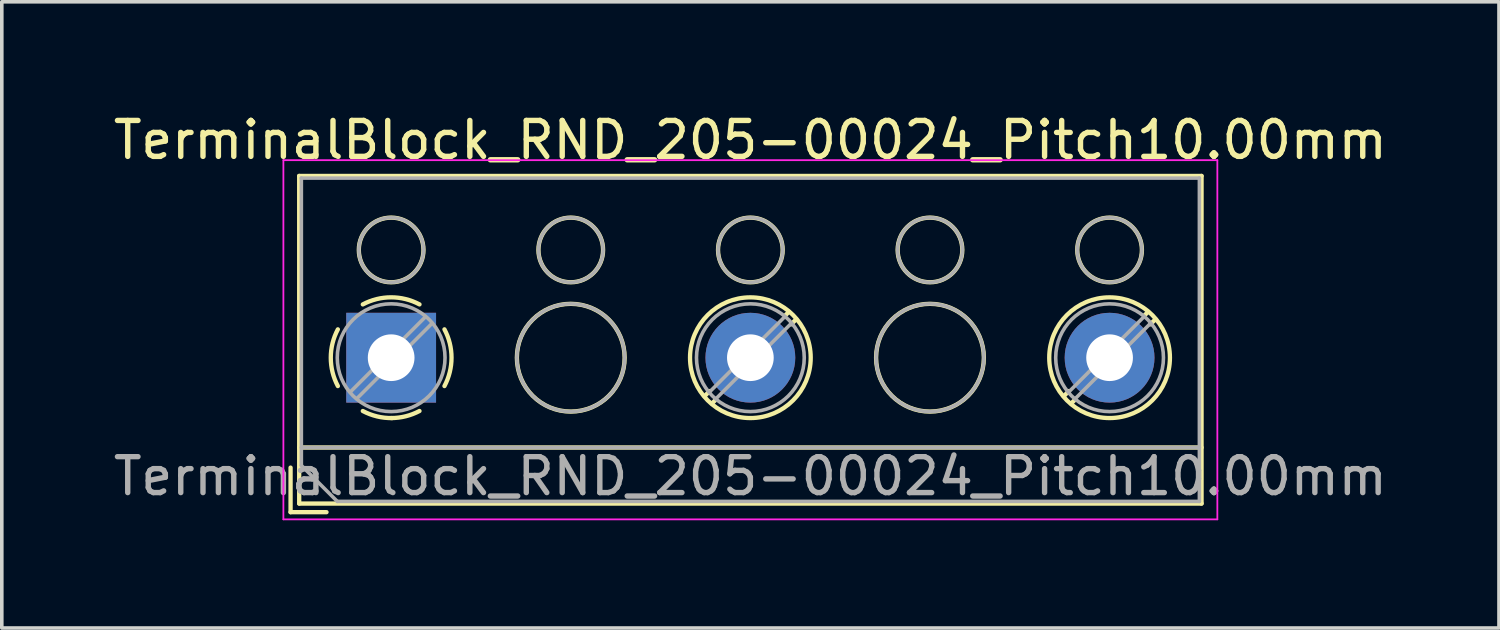
<source format=kicad_pcb>
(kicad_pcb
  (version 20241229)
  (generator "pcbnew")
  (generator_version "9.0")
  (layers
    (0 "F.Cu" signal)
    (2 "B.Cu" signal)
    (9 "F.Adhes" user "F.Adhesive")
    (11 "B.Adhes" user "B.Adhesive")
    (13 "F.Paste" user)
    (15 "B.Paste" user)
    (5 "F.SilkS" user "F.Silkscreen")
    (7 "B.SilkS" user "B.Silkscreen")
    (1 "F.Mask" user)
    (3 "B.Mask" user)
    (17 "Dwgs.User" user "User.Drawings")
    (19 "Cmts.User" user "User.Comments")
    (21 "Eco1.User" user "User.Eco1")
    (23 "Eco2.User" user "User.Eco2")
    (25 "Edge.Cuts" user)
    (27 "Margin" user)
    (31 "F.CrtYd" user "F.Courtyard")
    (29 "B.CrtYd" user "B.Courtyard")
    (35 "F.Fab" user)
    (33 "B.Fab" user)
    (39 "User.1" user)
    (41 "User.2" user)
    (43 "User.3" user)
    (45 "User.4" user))
  (footprint "TerminalBlock_RND_205-00024_Pitch10.00mm"
    (layer "F.Cu")
    (at 7.839 6.908)
    (property "Reference" "TerminalBlock_RND_205-00024_Pitch10.00mm" (at 10 -6.06 0) (layer "F.SilkS") (effects (font (size 1 1) (thickness 0.15))))
    (attr through_hole)
    (fp_line (start -2.8 3.06) (end -2.8 4.3) (stroke (width 0.12) (type solid)) (layer "F.SilkS"))
    (fp_line (start -2.8 4.3) (end -1.8 4.3) (stroke (width 0.12) (type solid)) (layer "F.SilkS"))
    (fp_line (start -2.56 -5.06) (end -2.56 4.06) (stroke (width 0.12) (type solid)) (layer "F.SilkS"))
    (fp_line (start -2.56 2.5) (end 22.56 2.5) (stroke (width 0.12) (type solid)) (layer "F.SilkS"))
    (fp_line (start -2.56 4.06) (end 22.56 4.06) (stroke (width 0.12) (type solid)) (layer "F.SilkS"))
    (fp_line (start 8.867 0.929) (end 8.726 1.069) (stroke (width 0.12) (type solid)) (layer "F.SilkS"))
    (fp_line (start 9.037 1.169) (end 8.931 1.274) (stroke (width 0.12) (type solid)) (layer "F.SilkS"))
    (fp_line (start 11.07 -1.275) (end 10.964 -1.169) (stroke (width 0.12) (type solid)) (layer "F.SilkS"))
    (fp_line (start 11.275 -1.069) (end 11.134 -0.929) (stroke (width 0.12) (type solid)) (layer "F.SilkS"))
    (fp_line (start 18.867 0.929) (end 18.726 1.069) (stroke (width 0.12) (type solid)) (layer "F.SilkS"))
    (fp_line (start 19.037 1.169) (end 18.931 1.274) (stroke (width 0.12) (type solid)) (layer "F.SilkS"))
    (fp_line (start 21.07 -1.275) (end 20.964 -1.169) (stroke (width 0.12) (type solid)) (layer "F.SilkS"))
    (fp_line (start 21.275 -1.069) (end 21.134 -0.929) (stroke (width 0.12) (type solid)) (layer "F.SilkS"))
    (fp_line (start 22.56 -5.06) (end -2.56 -5.06) (stroke (width 0.12) (type solid)) (layer "F.SilkS"))
    (fp_line (start 22.56 4.06) (end 22.56 -5.06) (stroke (width 0.12) (type solid)) (layer "F.SilkS"))
    (fp_arc (start -1.483953 0.789089) (mid -1.680708 0.00005) (end -1.484 -0.789) (stroke (width 0.12) (type solid)) (layer "F.SilkS"))
    (fp_arc (start -0.789089 -1.483953) (mid -0.00005 -1.680708) (end 0.789 -1.484) (stroke (width 0.12) (type solid)) (layer "F.SilkS"))
    (fp_arc (start 0.029383 1.68045) (mid -0.392304 1.634281) (end -0.789 1.484) (stroke (width 0.12) (type solid)) (layer "F.SilkS"))
    (fp_arc (start 0.788712 1.483352) (mid 0.406429 1.630097) (end 0 1.68) (stroke (width 0.12) (type solid)) (layer "F.SilkS"))
    (fp_arc (start 1.483953 -0.789089) (mid 1.680708 -0.00005) (end 1.484 0.789) (stroke (width 0.12) (type solid)) (layer "F.SilkS"))
    (fp_circle (center 0 -3) (end 0.9 -3) (stroke (width 0.12) (type solid)) (fill no) (layer "F.SilkS"))
    (fp_circle (center 5 -3) (end 5.9 -3) (stroke (width 0.12) (type solid)) (fill no) (layer "F.SilkS"))
    (fp_circle (center 5 0) (end 6.5 0) (stroke (width 0.12) (type solid)) (fill no) (layer "F.SilkS"))
    (fp_circle (center 10 -3) (end 10.9 -3) (stroke (width 0.12) (type solid)) (fill no) (layer "F.SilkS"))
    (fp_circle (center 10 0) (end 11.68 0) (stroke (width 0.12) (type solid)) (fill no) (layer "F.SilkS"))
    (fp_circle (center 15 -3) (end 15.9 -3) (stroke (width 0.12) (type solid)) (fill no) (layer "F.SilkS"))
    (fp_circle (center 15 0) (end 16.5 0) (stroke (width 0.12) (type solid)) (fill no) (layer "F.SilkS"))
    (fp_circle (center 20 -3) (end 20.9 -3) (stroke (width 0.12) (type solid)) (fill no) (layer "F.SilkS"))
    (fp_circle (center 20 0) (end 21.68 0) (stroke (width 0.12) (type solid)) (fill no) (layer "F.SilkS"))
    (fp_line (start -3 -5.5) (end -3 4.5) (stroke (width 0.05) (type solid)) (layer "F.CrtYd"))
    (fp_line (start -3 4.5) (end 23 4.5) (stroke (width 0.05) (type solid)) (layer "F.CrtYd"))
    (fp_line (start 23 -5.5) (end -3 -5.5) (stroke (width 0.05) (type solid)) (layer "F.CrtYd"))
    (fp_line (start 23 4.5) (end 23 -5.5) (stroke (width 0.05) (type solid)) (layer "F.CrtYd"))
    (fp_line (start -2.5 -5) (end 22.5 -5) (stroke (width 0.1) (type solid)) (layer "F.Fab"))
    (fp_line (start -2.5 2.5) (end 22.5 2.5) (stroke (width 0.1) (type solid)) (layer "F.Fab"))
    (fp_line (start -2.5 3) (end -2.5 -5) (stroke (width 0.1) (type solid)) (layer "F.Fab"))
    (fp_line (start -1.5 4) (end -2.5 3) (stroke (width 0.1) (type solid)) (layer "F.Fab"))
    (fp_line (start 0.955 -1.138) (end -1.138 0.955) (stroke (width 0.1) (type solid)) (layer "F.Fab"))
    (fp_line (start 1.138 -0.955) (end -0.955 1.138) (stroke (width 0.1) (type solid)) (layer "F.Fab"))
    (fp_line (start 10.955 -1.138) (end 8.863 0.955) (stroke (width 0.1) (type solid)) (layer "F.Fab"))
    (fp_line (start 11.138 -0.955) (end 9.046 1.138) (stroke (width 0.1) (type solid)) (layer "F.Fab"))
    (fp_line (start 20.955 -1.138) (end 18.863 0.955) (stroke (width 0.1) (type solid)) (layer "F.Fab"))
    (fp_line (start 21.138 -0.955) (end 19.046 1.138) (stroke (width 0.1) (type solid)) (layer "F.Fab"))
    (fp_line (start 22.5 -5) (end 22.5 4) (stroke (width 0.1) (type solid)) (layer "F.Fab"))
    (fp_line (start 22.5 4) (end -1.5 4) (stroke (width 0.1) (type solid)) (layer "F.Fab"))
    (fp_circle (center 0 -3) (end 0.9 -3) (stroke (width 0.1) (type solid)) (fill no) (layer "F.Fab"))
    (fp_circle (center 0 0) (end 1.5 0) (stroke (width 0.1) (type solid)) (fill no) (layer "F.Fab"))
    (fp_circle (center 5 -3) (end 5.9 -3) (stroke (width 0.1) (type solid)) (fill no) (layer "F.Fab"))
    (fp_circle (center 5 0) (end 6.5 0) (stroke (width 0.1) (type solid)) (fill no) (layer "F.Fab"))
    (fp_circle (center 10 -3) (end 10.9 -3) (stroke (width 0.1) (type solid)) (fill no) (layer "F.Fab"))
    (fp_circle (center 10 0) (end 11.5 0) (stroke (width 0.1) (type solid)) (fill no) (layer "F.Fab"))
    (fp_circle (center 15 -3) (end 15.9 -3) (stroke (width 0.1) (type solid)) (fill no) (layer "F.Fab"))
    (fp_circle (center 15 0) (end 16.5 0) (stroke (width 0.1) (type solid)) (fill no) (layer "F.Fab"))
    (fp_circle (center 20 -3) (end 20.9 -3) (stroke (width 0.1) (type solid)) (fill no) (layer "F.Fab"))
    (fp_circle (center 20 0) (end 21.5 0) (stroke (width 0.1) (type solid)) (fill no) (layer "F.Fab"))
    (fp_text user "${REFERENCE}" (at 10 3.3 0) (layer "F.Fab") (effects (font (size 1 1) (thickness 0.15))))
    (pad "1" thru_hole rect (at 0 0) (size 2.5 2.5) (drill 1.3) (layers "*.Cu" "*.Mask"))
    (pad "2" thru_hole oval (at 10 0) (size 2.5 2.5) (drill 1.3) (layers "*.Cu" "*.Mask"))
    (pad "3" thru_hole oval (at 20 0) (size 2.5 2.5) (drill 1.3) (layers "*.Cu" "*.Mask")))
  (gr_rect
    (start -3 -3)
    (end 38.679 14.433)
    (stroke (width 0.1) (type default))
    (fill no)
    (layer "Edge.Cuts")))
</source>
